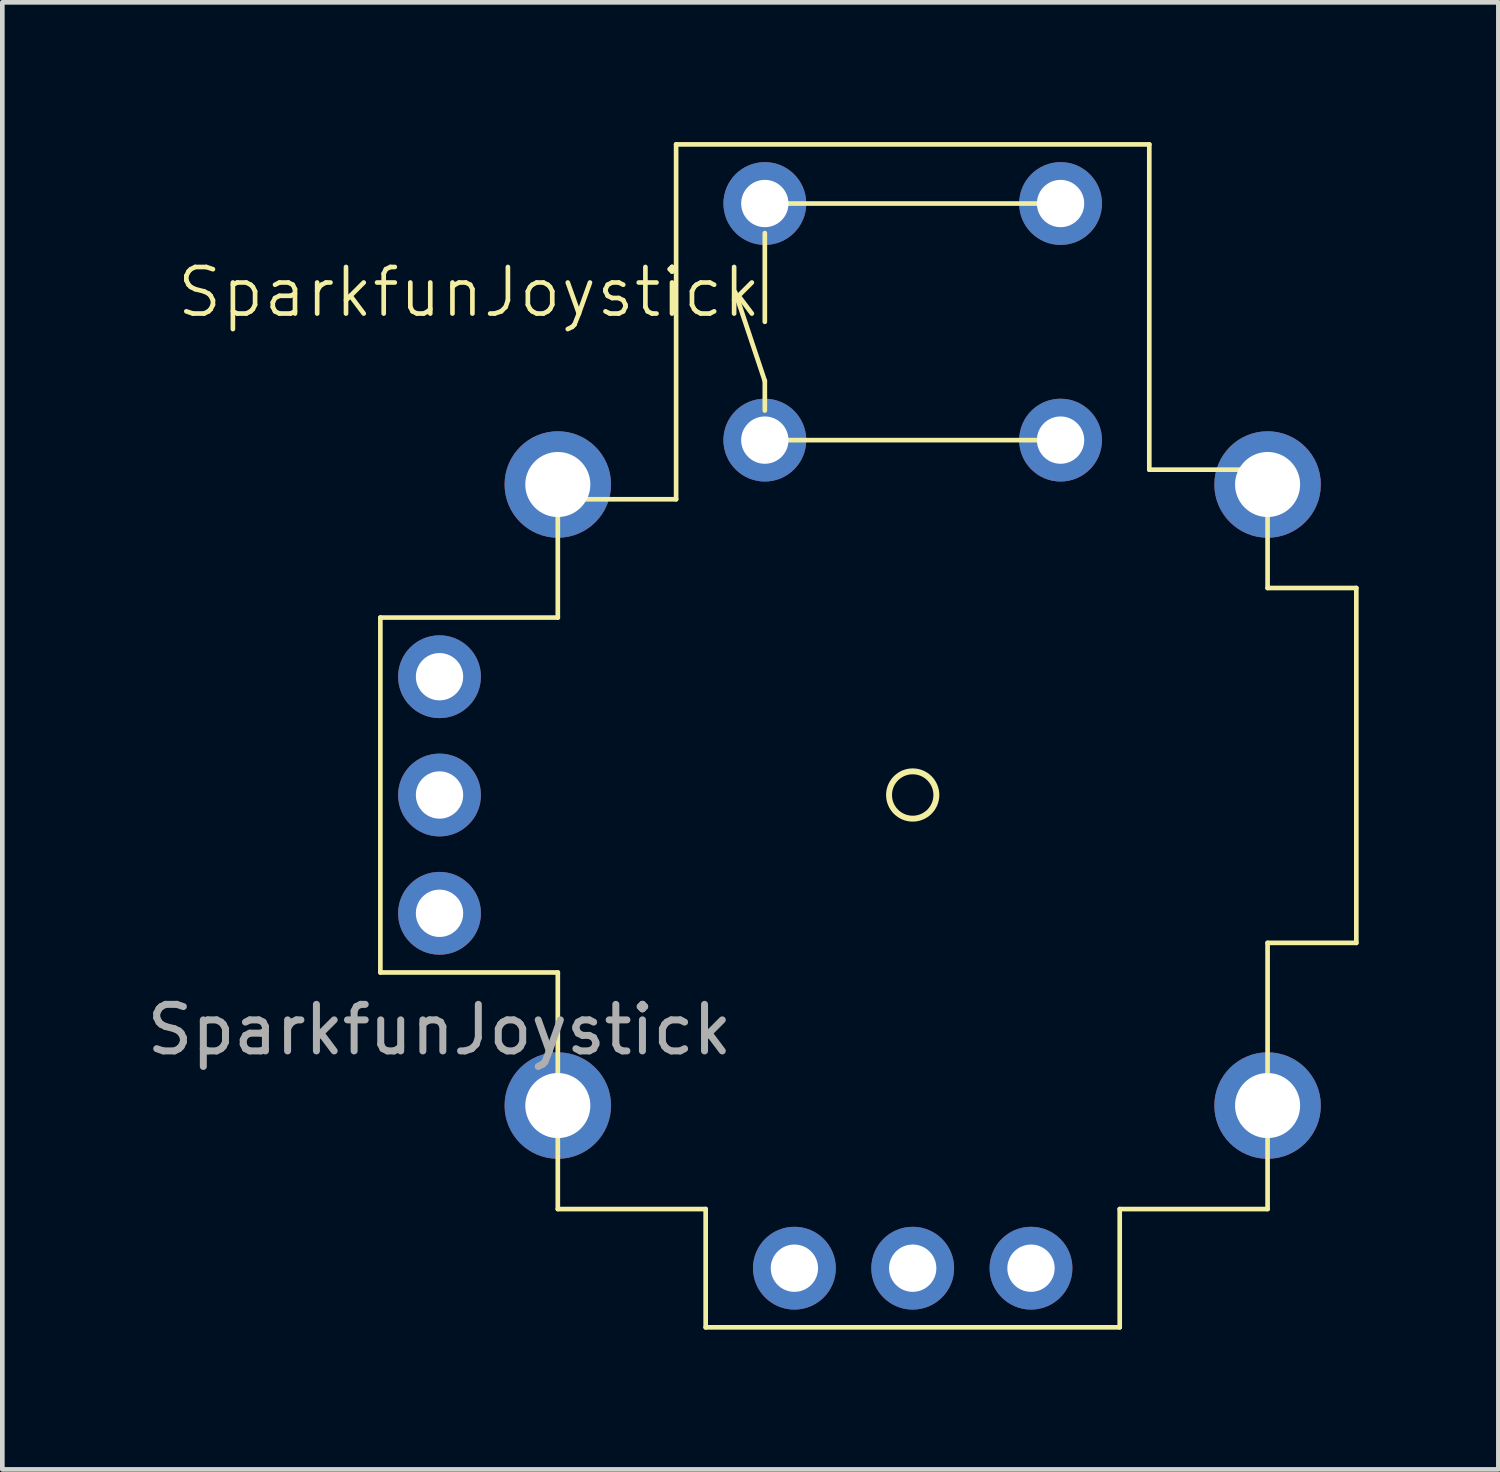
<source format=kicad_pcb>
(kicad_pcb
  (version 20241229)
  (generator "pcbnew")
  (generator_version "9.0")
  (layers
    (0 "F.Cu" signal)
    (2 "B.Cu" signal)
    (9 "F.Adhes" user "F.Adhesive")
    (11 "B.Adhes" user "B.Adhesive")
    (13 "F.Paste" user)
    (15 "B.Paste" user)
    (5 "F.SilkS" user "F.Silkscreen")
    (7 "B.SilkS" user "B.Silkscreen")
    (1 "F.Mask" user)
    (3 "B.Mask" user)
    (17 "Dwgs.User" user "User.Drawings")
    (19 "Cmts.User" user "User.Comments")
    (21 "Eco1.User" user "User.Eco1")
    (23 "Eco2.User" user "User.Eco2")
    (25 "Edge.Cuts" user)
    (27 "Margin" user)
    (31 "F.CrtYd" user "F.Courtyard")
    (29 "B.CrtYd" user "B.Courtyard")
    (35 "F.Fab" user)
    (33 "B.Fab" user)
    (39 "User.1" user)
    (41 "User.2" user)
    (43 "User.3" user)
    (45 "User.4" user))
  (footprint "SparkfunJoystick"
    (layer "F.Cu")
    (at 6.387 16.56)
    (property "Reference" "SparkfunJoystick" (at 0.635 -13.335 0) (unlocked yes) (layer "F.SilkS") (effects (font (size 1 1) (thickness 0.1))))
    (attr through_hole)
    (fp_line (start -1.27 -6.35) (end -1.27 1.27) (stroke (width 0.1) (type default)) (layer "F.SilkS"))
    (fp_line (start -1.27 1.27) (end 2.54 1.27) (stroke (width 0.1) (type default)) (layer "F.SilkS"))
    (fp_line (start 2.54 -8.89) (end 2.54 -6.35) (stroke (width 0.1) (type default)) (layer "F.SilkS"))
    (fp_line (start 2.54 -6.35) (end -1.27 -6.35) (stroke (width 0.1) (type default)) (layer "F.SilkS"))
    (fp_line (start 2.54 1.27) (end 2.54 6.35) (stroke (width 0.1) (type default)) (layer "F.SilkS"))
    (fp_line (start 2.54 6.35) (end 5.715 6.35) (stroke (width 0.1) (type default)) (layer "F.SilkS"))
    (fp_line (start 5.08 -16.51) (end 5.08 -8.89) (stroke (width 0.1) (type default)) (layer "F.SilkS"))
    (fp_line (start 5.08 -8.89) (end 2.54 -8.89) (stroke (width 0.1) (type default)) (layer "F.SilkS"))
    (fp_line (start 5.715 6.35) (end 5.715 8.89) (stroke (width 0.1) (type default)) (layer "F.SilkS"))
    (fp_line (start 5.715 8.89) (end 14.605 8.89) (stroke (width 0.1) (type default)) (layer "F.SilkS"))
    (fp_line (start 6.985 -15.24) (end 13.335 -15.24) (stroke (width 0.1) (type default)) (layer "F.SilkS"))
    (fp_line (start 6.985 -14.605) (end 6.985 -12.7) (stroke (width 0.1) (type default)) (layer "F.SilkS"))
    (fp_line (start 6.985 -11.43) (end 6.35 -13.335) (stroke (width 0.1) (type default)) (layer "F.SilkS"))
    (fp_line (start 6.985 -10.795) (end 6.985 -11.43) (stroke (width 0.1) (type default)) (layer "F.SilkS"))
    (fp_line (start 6.985 -10.16) (end 13.335 -10.16) (stroke (width 0.1) (type default)) (layer "F.SilkS"))
    (fp_line (start 14.605 6.35) (end 17.78 6.35) (stroke (width 0.1) (type default)) (layer "F.SilkS"))
    (fp_line (start 14.605 8.89) (end 14.605 6.35) (stroke (width 0.1) (type default)) (layer "F.SilkS"))
    (fp_line (start 15.24 -16.51) (end 5.08 -16.51) (stroke (width 0.1) (type default)) (layer "F.SilkS"))
    (fp_line (start 15.24 -9.525) (end 15.24 -16.51) (stroke (width 0.1) (type default)) (layer "F.SilkS"))
    (fp_line (start 17.78 -9.525) (end 15.24 -9.525) (stroke (width 0.1) (type default)) (layer "F.SilkS"))
    (fp_line (start 17.78 -6.985) (end 17.78 -9.525) (stroke (width 0.1) (type default)) (layer "F.SilkS"))
    (fp_line (start 17.78 0.635) (end 19.685 0.635) (stroke (width 0.1) (type default)) (layer "F.SilkS"))
    (fp_line (start 17.78 6.35) (end 17.78 0.635) (stroke (width 0.1) (type default)) (layer "F.SilkS"))
    (fp_line (start 19.685 -6.985) (end 17.78 -6.985) (stroke (width 0.1) (type default)) (layer "F.SilkS"))
    (fp_line (start 19.685 0.635) (end 19.685 -6.985) (stroke (width 0.1) (type default)) (layer "F.SilkS"))
    (fp_circle (center 10.16 -2.54) (end 10.668 -2.54) (stroke (width 0.127) (type default)) (fill no) (layer "F.SilkS"))
    (fp_text user "${REFERENCE}" (at 0 2.5 0) (unlocked yes) (layer "F.Fab") (effects (font (size 1 1) (thickness 0.15))))
    (pad "1" thru_hole circle (at 0 0) (size 1.778 1.778) (drill 1.016) (layers "*.Cu" "*.Mask"))
    (pad "2" thru_hole circle (at 0 -2.54) (size 1.778 1.778) (drill 1.016) (layers "*.Cu" "*.Mask"))
    (pad "3" thru_hole circle (at 0 -5.08) (size 1.778 1.778) (drill 1.016) (layers "*.Cu" "*.Mask"))
    (pad "4" thru_hole circle (at 7.62 7.62) (size 1.778 1.778) (drill 1.016) (layers "*.Cu" "*.Mask"))
    (pad "5" thru_hole circle (at 10.16 7.62) (size 1.778 1.778) (drill 1.016) (layers "*.Cu" "*.Mask"))
    (pad "6" thru_hole circle (at 12.7 7.62) (size 1.778 1.778) (drill 1.016) (layers "*.Cu" "*.Mask"))
    (pad "7" thru_hole circle (at 2.54 -9.207) (size 2.286 2.286) (drill 1.397) (layers "*.Cu" "*.Mask"))
    (pad "8" thru_hole circle (at 2.54 4.128) (size 2.286 2.286) (drill 1.397) (layers "*.Cu" "*.Mask"))
    (pad "9" thru_hole circle (at 17.78 4.128) (size 2.286 2.286) (drill 1.397) (layers "*.Cu" "*.Mask"))
    (pad "10" thru_hole circle (at 17.78 -9.207) (size 2.286 2.286) (drill 1.397) (layers "*.Cu" "*.Mask"))
    (pad "11" thru_hole circle (at 6.985 -10.16) (size 1.778 1.778) (drill 1.016) (layers "*.Cu" "*.Mask"))
    (pad "11" thru_hole circle (at 13.335 -10.16) (size 1.778 1.778) (drill 1.016) (layers "*.Cu" "*.Mask"))
    (pad "12" thru_hole circle (at 6.985 -15.24) (size 1.778 1.778) (drill 1.016) (layers "*.Cu" "*.Mask"))
    (pad "12" thru_hole circle (at 13.335 -15.24) (size 1.778 1.778) (drill 1.016) (layers "*.Cu" "*.Mask")))
  (gr_rect
    (start -3 -3)
    (end 29.122 28.5)
    (stroke (width 0.1) (type default))
    (fill no)
    (layer "Edge.Cuts")))
</source>
